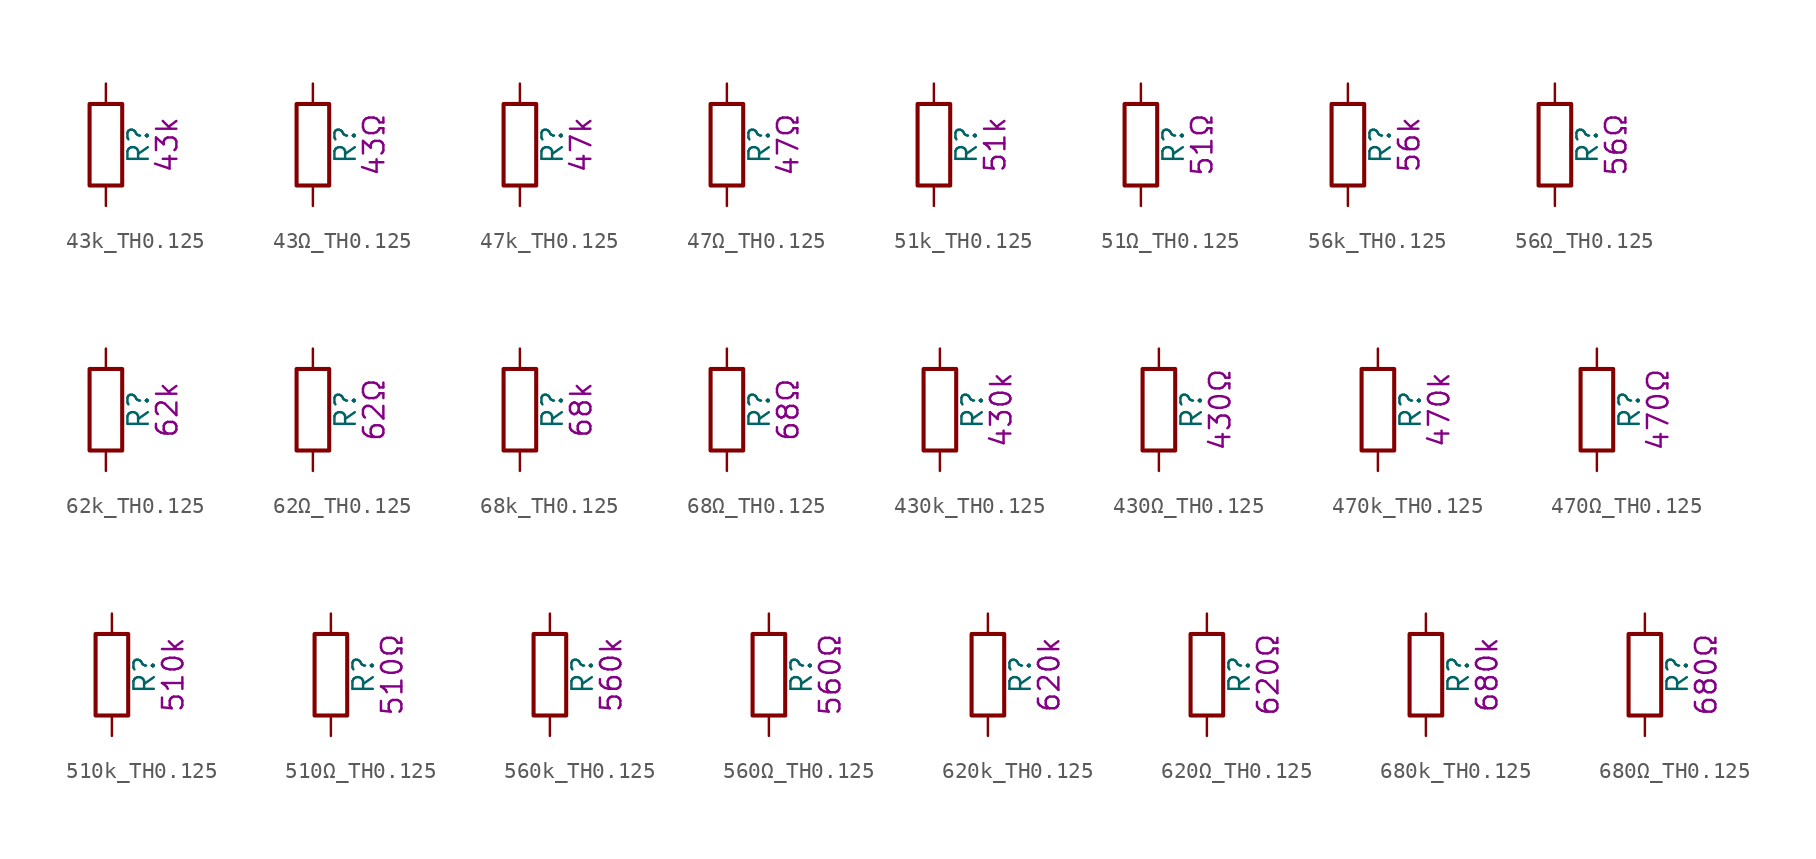
<source format=kicad_sym>
(kicad_symbol_lib
  (version 20211014)
  (generator kicad_symbol_editor)
  (symbol "43k_TH0.125"
    (pin_numbers hide)
    (pin_names
      (offset 0))
    (property "Reference" "R"
      (at 2.032 0 90)
      (effects (font (size 1.27 1.27))))
    (property "Display" "43k"
      (at 3.81 0 90)
      (effects (font (size 1.27 1.27))))
    (symbol "43k_TH0.125_0_1"
      (rectangle (start -1.016 -2.54) (end 1.016 2.54) (stroke (width 0.254) (type default) (color 0 0 0 0)) (fill (type none))))
    (symbol "43k_TH0.125_1_1"
      (pin passive line (at 0 3.81 270) (length 1.27) (name "~" (effects (font (size 1.27 1.27)))) (number "1" (effects (font (size 1.27 1.27)))))
      (pin passive line (at 0 -3.81 90) (length 1.27) (name "~" (effects (font (size 1.27 1.27)))) (number "2" (effects (font (size 1.27 1.27)))))))
  (symbol "43Ω_TH0.125"
    (pin_numbers hide)
    (pin_names
      (offset 0))
    (property "Reference" "R"
      (at 2.032 0 90)
      (effects (font (size 1.27 1.27))))
    (property "Display" "43Ω"
      (at 3.81 0 90)
      (effects (font (size 1.27 1.27))))
    (symbol "43Ω_TH0.125_0_1"
      (rectangle (start -1.016 -2.54) (end 1.016 2.54) (stroke (width 0.254) (type default) (color 0 0 0 0)) (fill (type none))))
    (symbol "43Ω_TH0.125_1_1"
      (pin passive line (at 0 3.81 270) (length 1.27) (name "~" (effects (font (size 1.27 1.27)))) (number "1" (effects (font (size 1.27 1.27)))))
      (pin passive line (at 0 -3.81 90) (length 1.27) (name "~" (effects (font (size 1.27 1.27)))) (number "2" (effects (font (size 1.27 1.27)))))))
  (symbol "47k_TH0.125"
    (pin_numbers hide)
    (pin_names
      (offset 0))
    (property "Reference" "R"
      (at 2.032 0 90)
      (effects (font (size 1.27 1.27))))
    (property "Display" "47k"
      (at 3.81 0 90)
      (effects (font (size 1.27 1.27))))
    (symbol "47k_TH0.125_0_1"
      (rectangle (start -1.016 -2.54) (end 1.016 2.54) (stroke (width 0.254) (type default) (color 0 0 0 0)) (fill (type none))))
    (symbol "47k_TH0.125_1_1"
      (pin passive line (at 0 3.81 270) (length 1.27) (name "~" (effects (font (size 1.27 1.27)))) (number "1" (effects (font (size 1.27 1.27)))))
      (pin passive line (at 0 -3.81 90) (length 1.27) (name "~" (effects (font (size 1.27 1.27)))) (number "2" (effects (font (size 1.27 1.27)))))))
  (symbol "47Ω_TH0.125"
    (pin_numbers hide)
    (pin_names
      (offset 0))
    (property "Reference" "R"
      (at 2.032 0 90)
      (effects (font (size 1.27 1.27))))
    (property "Display" "47Ω"
      (at 3.81 0 90)
      (effects (font (size 1.27 1.27))))
    (symbol "47Ω_TH0.125_0_1"
      (rectangle (start -1.016 -2.54) (end 1.016 2.54) (stroke (width 0.254) (type default) (color 0 0 0 0)) (fill (type none))))
    (symbol "47Ω_TH0.125_1_1"
      (pin passive line (at 0 3.81 270) (length 1.27) (name "~" (effects (font (size 1.27 1.27)))) (number "1" (effects (font (size 1.27 1.27)))))
      (pin passive line (at 0 -3.81 90) (length 1.27) (name "~" (effects (font (size 1.27 1.27)))) (number "2" (effects (font (size 1.27 1.27)))))))
  (symbol "51k_TH0.125"
    (pin_numbers hide)
    (pin_names
      (offset 0))
    (property "Reference" "R"
      (at 2.032 0 90)
      (effects (font (size 1.27 1.27))))
    (property "Display" "51k"
      (at 3.81 0 90)
      (effects (font (size 1.27 1.27))))
    (symbol "51k_TH0.125_0_1"
      (rectangle (start -1.016 -2.54) (end 1.016 2.54) (stroke (width 0.254) (type default) (color 0 0 0 0)) (fill (type none))))
    (symbol "51k_TH0.125_1_1"
      (pin passive line (at 0 3.81 270) (length 1.27) (name "~" (effects (font (size 1.27 1.27)))) (number "1" (effects (font (size 1.27 1.27)))))
      (pin passive line (at 0 -3.81 90) (length 1.27) (name "~" (effects (font (size 1.27 1.27)))) (number "2" (effects (font (size 1.27 1.27)))))))
  (symbol "51Ω_TH0.125"
    (pin_numbers hide)
    (pin_names
      (offset 0))
    (property "Reference" "R"
      (at 2.032 0 90)
      (effects (font (size 1.27 1.27))))
    (property "Display" "51Ω"
      (at 3.81 0 90)
      (effects (font (size 1.27 1.27))))
    (symbol "51Ω_TH0.125_0_1"
      (rectangle (start -1.016 -2.54) (end 1.016 2.54) (stroke (width 0.254) (type default) (color 0 0 0 0)) (fill (type none))))
    (symbol "51Ω_TH0.125_1_1"
      (pin passive line (at 0 3.81 270) (length 1.27) (name "~" (effects (font (size 1.27 1.27)))) (number "1" (effects (font (size 1.27 1.27)))))
      (pin passive line (at 0 -3.81 90) (length 1.27) (name "~" (effects (font (size 1.27 1.27)))) (number "2" (effects (font (size 1.27 1.27)))))))
  (symbol "56k_TH0.125"
    (pin_numbers hide)
    (pin_names
      (offset 0))
    (property "Reference" "R"
      (at 2.032 0 90)
      (effects (font (size 1.27 1.27))))
    (property "Display" "56k"
      (at 3.81 0 90)
      (effects (font (size 1.27 1.27))))
    (symbol "56k_TH0.125_0_1"
      (rectangle (start -1.016 -2.54) (end 1.016 2.54) (stroke (width 0.254) (type default) (color 0 0 0 0)) (fill (type none))))
    (symbol "56k_TH0.125_1_1"
      (pin passive line (at 0 3.81 270) (length 1.27) (name "~" (effects (font (size 1.27 1.27)))) (number "1" (effects (font (size 1.27 1.27)))))
      (pin passive line (at 0 -3.81 90) (length 1.27) (name "~" (effects (font (size 1.27 1.27)))) (number "2" (effects (font (size 1.27 1.27)))))))
  (symbol "56Ω_TH0.125"
    (pin_numbers hide)
    (pin_names
      (offset 0))
    (property "Reference" "R"
      (at 2.032 0 90)
      (effects (font (size 1.27 1.27))))
    (property "Display" "56Ω"
      (at 3.81 0 90)
      (effects (font (size 1.27 1.27))))
    (symbol "56Ω_TH0.125_0_1"
      (rectangle (start -1.016 -2.54) (end 1.016 2.54) (stroke (width 0.254) (type default) (color 0 0 0 0)) (fill (type none))))
    (symbol "56Ω_TH0.125_1_1"
      (pin passive line (at 0 3.81 270) (length 1.27) (name "~" (effects (font (size 1.27 1.27)))) (number "1" (effects (font (size 1.27 1.27)))))
      (pin passive line (at 0 -3.81 90) (length 1.27) (name "~" (effects (font (size 1.27 1.27)))) (number "2" (effects (font (size 1.27 1.27)))))))
  (symbol "62k_TH0.125"
    (pin_numbers hide)
    (pin_names
      (offset 0))
    (property "Reference" "R"
      (at 2.032 0 90)
      (effects (font (size 1.27 1.27))))
    (property "Display" "62k"
      (at 3.81 0 90)
      (effects (font (size 1.27 1.27))))
    (symbol "62k_TH0.125_0_1"
      (rectangle (start -1.016 -2.54) (end 1.016 2.54) (stroke (width 0.254) (type default) (color 0 0 0 0)) (fill (type none))))
    (symbol "62k_TH0.125_1_1"
      (pin passive line (at 0 3.81 270) (length 1.27) (name "~" (effects (font (size 1.27 1.27)))) (number "1" (effects (font (size 1.27 1.27)))))
      (pin passive line (at 0 -3.81 90) (length 1.27) (name "~" (effects (font (size 1.27 1.27)))) (number "2" (effects (font (size 1.27 1.27)))))))
  (symbol "62Ω_TH0.125"
    (pin_numbers hide)
    (pin_names
      (offset 0))
    (property "Reference" "R"
      (at 2.032 0 90)
      (effects (font (size 1.27 1.27))))
    (property "Display" "62Ω"
      (at 3.81 0 90)
      (effects (font (size 1.27 1.27))))
    (symbol "62Ω_TH0.125_0_1"
      (rectangle (start -1.016 -2.54) (end 1.016 2.54) (stroke (width 0.254) (type default) (color 0 0 0 0)) (fill (type none))))
    (symbol "62Ω_TH0.125_1_1"
      (pin passive line (at 0 3.81 270) (length 1.27) (name "~" (effects (font (size 1.27 1.27)))) (number "1" (effects (font (size 1.27 1.27)))))
      (pin passive line (at 0 -3.81 90) (length 1.27) (name "~" (effects (font (size 1.27 1.27)))) (number "2" (effects (font (size 1.27 1.27)))))))
  (symbol "68k_TH0.125"
    (pin_numbers hide)
    (pin_names
      (offset 0))
    (property "Reference" "R"
      (at 2.032 0 90)
      (effects (font (size 1.27 1.27))))
    (property "Display" "68k"
      (at 3.81 0 90)
      (effects (font (size 1.27 1.27))))
    (symbol "68k_TH0.125_0_1"
      (rectangle (start -1.016 -2.54) (end 1.016 2.54) (stroke (width 0.254) (type default) (color 0 0 0 0)) (fill (type none))))
    (symbol "68k_TH0.125_1_1"
      (pin passive line (at 0 3.81 270) (length 1.27) (name "~" (effects (font (size 1.27 1.27)))) (number "1" (effects (font (size 1.27 1.27)))))
      (pin passive line (at 0 -3.81 90) (length 1.27) (name "~" (effects (font (size 1.27 1.27)))) (number "2" (effects (font (size 1.27 1.27)))))))
  (symbol "68Ω_TH0.125"
    (pin_numbers hide)
    (pin_names
      (offset 0))
    (property "Reference" "R"
      (at 2.032 0 90)
      (effects (font (size 1.27 1.27))))
    (property "Display" "68Ω"
      (at 3.81 0 90)
      (effects (font (size 1.27 1.27))))
    (symbol "68Ω_TH0.125_0_1"
      (rectangle (start -1.016 -2.54) (end 1.016 2.54) (stroke (width 0.254) (type default) (color 0 0 0 0)) (fill (type none))))
    (symbol "68Ω_TH0.125_1_1"
      (pin passive line (at 0 3.81 270) (length 1.27) (name "~" (effects (font (size 1.27 1.27)))) (number "1" (effects (font (size 1.27 1.27)))))
      (pin passive line (at 0 -3.81 90) (length 1.27) (name "~" (effects (font (size 1.27 1.27)))) (number "2" (effects (font (size 1.27 1.27)))))))
  (symbol "430k_TH0.125"
    (pin_numbers hide)
    (pin_names
      (offset 0))
    (property "Reference" "R"
      (at 2.032 0 90)
      (effects (font (size 1.27 1.27))))
    (property "Display" "430k"
      (at 3.81 0 90)
      (effects (font (size 1.27 1.27))))
    (symbol "430k_TH0.125_0_1"
      (rectangle (start -1.016 -2.54) (end 1.016 2.54) (stroke (width 0.254) (type default) (color 0 0 0 0)) (fill (type none))))
    (symbol "430k_TH0.125_1_1"
      (pin passive line (at 0 3.81 270) (length 1.27) (name "~" (effects (font (size 1.27 1.27)))) (number "1" (effects (font (size 1.27 1.27)))))
      (pin passive line (at 0 -3.81 90) (length 1.27) (name "~" (effects (font (size 1.27 1.27)))) (number "2" (effects (font (size 1.27 1.27)))))))
  (symbol "430Ω_TH0.125"
    (pin_numbers hide)
    (pin_names
      (offset 0))
    (property "Reference" "R"
      (at 2.032 0 90)
      (effects (font (size 1.27 1.27))))
    (property "Display" "430Ω"
      (at 3.81 0 90)
      (effects (font (size 1.27 1.27))))
    (symbol "430Ω_TH0.125_0_1"
      (rectangle (start -1.016 -2.54) (end 1.016 2.54) (stroke (width 0.254) (type default) (color 0 0 0 0)) (fill (type none))))
    (symbol "430Ω_TH0.125_1_1"
      (pin passive line (at 0 3.81 270) (length 1.27) (name "~" (effects (font (size 1.27 1.27)))) (number "1" (effects (font (size 1.27 1.27)))))
      (pin passive line (at 0 -3.81 90) (length 1.27) (name "~" (effects (font (size 1.27 1.27)))) (number "2" (effects (font (size 1.27 1.27)))))))
  (symbol "470k_TH0.125"
    (pin_numbers hide)
    (pin_names
      (offset 0))
    (property "Reference" "R"
      (at 2.032 0 90)
      (effects (font (size 1.27 1.27))))
    (property "Display" "470k"
      (at 3.81 0 90)
      (effects (font (size 1.27 1.27))))
    (symbol "470k_TH0.125_0_1"
      (rectangle (start -1.016 -2.54) (end 1.016 2.54) (stroke (width 0.254) (type default) (color 0 0 0 0)) (fill (type none))))
    (symbol "470k_TH0.125_1_1"
      (pin passive line (at 0 3.81 270) (length 1.27) (name "~" (effects (font (size 1.27 1.27)))) (number "1" (effects (font (size 1.27 1.27)))))
      (pin passive line (at 0 -3.81 90) (length 1.27) (name "~" (effects (font (size 1.27 1.27)))) (number "2" (effects (font (size 1.27 1.27)))))))
  (symbol "470Ω_TH0.125"
    (pin_numbers hide)
    (pin_names
      (offset 0))
    (property "Reference" "R"
      (at 2.032 0 90)
      (effects (font (size 1.27 1.27))))
    (property "Display" "470Ω"
      (at 3.81 0 90)
      (effects (font (size 1.27 1.27))))
    (symbol "470Ω_TH0.125_0_1"
      (rectangle (start -1.016 -2.54) (end 1.016 2.54) (stroke (width 0.254) (type default) (color 0 0 0 0)) (fill (type none))))
    (symbol "470Ω_TH0.125_1_1"
      (pin passive line (at 0 3.81 270) (length 1.27) (name "~" (effects (font (size 1.27 1.27)))) (number "1" (effects (font (size 1.27 1.27)))))
      (pin passive line (at 0 -3.81 90) (length 1.27) (name "~" (effects (font (size 1.27 1.27)))) (number "2" (effects (font (size 1.27 1.27)))))))
  (symbol "510k_TH0.125"
    (pin_numbers hide)
    (pin_names
      (offset 0))
    (property "Reference" "R"
      (at 2.032 0 90)
      (effects (font (size 1.27 1.27))))
    (property "Display" "510k"
      (at 3.81 0 90)
      (effects (font (size 1.27 1.27))))
    (symbol "510k_TH0.125_0_1"
      (rectangle (start -1.016 -2.54) (end 1.016 2.54) (stroke (width 0.254) (type default) (color 0 0 0 0)) (fill (type none))))
    (symbol "510k_TH0.125_1_1"
      (pin passive line (at 0 3.81 270) (length 1.27) (name "~" (effects (font (size 1.27 1.27)))) (number "1" (effects (font (size 1.27 1.27)))))
      (pin passive line (at 0 -3.81 90) (length 1.27) (name "~" (effects (font (size 1.27 1.27)))) (number "2" (effects (font (size 1.27 1.27)))))))
  (symbol "510Ω_TH0.125"
    (pin_numbers hide)
    (pin_names
      (offset 0))
    (property "Reference" "R"
      (at 2.032 0 90)
      (effects (font (size 1.27 1.27))))
    (property "Display" "510Ω"
      (at 3.81 0 90)
      (effects (font (size 1.27 1.27))))
    (symbol "510Ω_TH0.125_0_1"
      (rectangle (start -1.016 -2.54) (end 1.016 2.54) (stroke (width 0.254) (type default) (color 0 0 0 0)) (fill (type none))))
    (symbol "510Ω_TH0.125_1_1"
      (pin passive line (at 0 3.81 270) (length 1.27) (name "~" (effects (font (size 1.27 1.27)))) (number "1" (effects (font (size 1.27 1.27)))))
      (pin passive line (at 0 -3.81 90) (length 1.27) (name "~" (effects (font (size 1.27 1.27)))) (number "2" (effects (font (size 1.27 1.27)))))))
  (symbol "560k_TH0.125"
    (pin_numbers hide)
    (pin_names
      (offset 0))
    (property "Reference" "R"
      (at 2.032 0 90)
      (effects (font (size 1.27 1.27))))
    (property "Display" "560k"
      (at 3.81 0 90)
      (effects (font (size 1.27 1.27))))
    (symbol "560k_TH0.125_0_1"
      (rectangle (start -1.016 -2.54) (end 1.016 2.54) (stroke (width 0.254) (type default) (color 0 0 0 0)) (fill (type none))))
    (symbol "560k_TH0.125_1_1"
      (pin passive line (at 0 3.81 270) (length 1.27) (name "~" (effects (font (size 1.27 1.27)))) (number "1" (effects (font (size 1.27 1.27)))))
      (pin passive line (at 0 -3.81 90) (length 1.27) (name "~" (effects (font (size 1.27 1.27)))) (number "2" (effects (font (size 1.27 1.27)))))))
  (symbol "560Ω_TH0.125"
    (pin_numbers hide)
    (pin_names
      (offset 0))
    (property "Reference" "R"
      (at 2.032 0 90)
      (effects (font (size 1.27 1.27))))
    (property "Display" "560Ω"
      (at 3.81 0 90)
      (effects (font (size 1.27 1.27))))
    (symbol "560Ω_TH0.125_0_1"
      (rectangle (start -1.016 -2.54) (end 1.016 2.54) (stroke (width 0.254) (type default) (color 0 0 0 0)) (fill (type none))))
    (symbol "560Ω_TH0.125_1_1"
      (pin passive line (at 0 3.81 270) (length 1.27) (name "~" (effects (font (size 1.27 1.27)))) (number "1" (effects (font (size 1.27 1.27)))))
      (pin passive line (at 0 -3.81 90) (length 1.27) (name "~" (effects (font (size 1.27 1.27)))) (number "2" (effects (font (size 1.27 1.27)))))))
  (symbol "620k_TH0.125"
    (pin_numbers hide)
    (pin_names
      (offset 0))
    (property "Reference" "R"
      (at 2.032 0 90)
      (effects (font (size 1.27 1.27))))
    (property "Display" "620k"
      (at 3.81 0 90)
      (effects (font (size 1.27 1.27))))
    (symbol "620k_TH0.125_0_1"
      (rectangle (start -1.016 -2.54) (end 1.016 2.54) (stroke (width 0.254) (type default) (color 0 0 0 0)) (fill (type none))))
    (symbol "620k_TH0.125_1_1"
      (pin passive line (at 0 3.81 270) (length 1.27) (name "~" (effects (font (size 1.27 1.27)))) (number "1" (effects (font (size 1.27 1.27)))))
      (pin passive line (at 0 -3.81 90) (length 1.27) (name "~" (effects (font (size 1.27 1.27)))) (number "2" (effects (font (size 1.27 1.27)))))))
  (symbol "620Ω_TH0.125"
    (pin_numbers hide)
    (pin_names
      (offset 0))
    (property "Reference" "R"
      (at 2.032 0 90)
      (effects (font (size 1.27 1.27))))
    (property "Display" "620Ω"
      (at 3.81 0 90)
      (effects (font (size 1.27 1.27))))
    (symbol "620Ω_TH0.125_0_1"
      (rectangle (start -1.016 -2.54) (end 1.016 2.54) (stroke (width 0.254) (type default) (color 0 0 0 0)) (fill (type none))))
    (symbol "620Ω_TH0.125_1_1"
      (pin passive line (at 0 3.81 270) (length 1.27) (name "~" (effects (font (size 1.27 1.27)))) (number "1" (effects (font (size 1.27 1.27)))))
      (pin passive line (at 0 -3.81 90) (length 1.27) (name "~" (effects (font (size 1.27 1.27)))) (number "2" (effects (font (size 1.27 1.27)))))))
  (symbol "680k_TH0.125"
    (pin_numbers hide)
    (pin_names
      (offset 0))
    (property "Reference" "R"
      (at 2.032 0 90)
      (effects (font (size 1.27 1.27))))
    (property "Display" "680k"
      (at 3.81 0 90)
      (effects (font (size 1.27 1.27))))
    (symbol "680k_TH0.125_0_1"
      (rectangle (start -1.016 -2.54) (end 1.016 2.54) (stroke (width 0.254) (type default) (color 0 0 0 0)) (fill (type none))))
    (symbol "680k_TH0.125_1_1"
      (pin passive line (at 0 3.81 270) (length 1.27) (name "~" (effects (font (size 1.27 1.27)))) (number "1" (effects (font (size 1.27 1.27)))))
      (pin passive line (at 0 -3.81 90) (length 1.27) (name "~" (effects (font (size 1.27 1.27)))) (number "2" (effects (font (size 1.27 1.27)))))))
  (symbol "680Ω_TH0.125"
    (pin_numbers hide)
    (pin_names
      (offset 0))
    (property "Reference" "R"
      (at 2.032 0 90)
      (effects (font (size 1.27 1.27))))
    (property "Display" "680Ω"
      (at 3.81 0 90)
      (effects (font (size 1.27 1.27))))
    (symbol "680Ω_TH0.125_0_1"
      (rectangle (start -1.016 -2.54) (end 1.016 2.54) (stroke (width 0.254) (type default) (color 0 0 0 0)) (fill (type none))))
    (symbol "680Ω_TH0.125_1_1"
      (pin passive line (at 0 3.81 270) (length 1.27) (name "~" (effects (font (size 1.27 1.27)))) (number "1" (effects (font (size 1.27 1.27)))))
      (pin passive line (at 0 -3.81 90) (length 1.27) (name "~" (effects (font (size 1.27 1.27)))) (number "2" (effects (font (size 1.27 1.27))))))))
</source>
